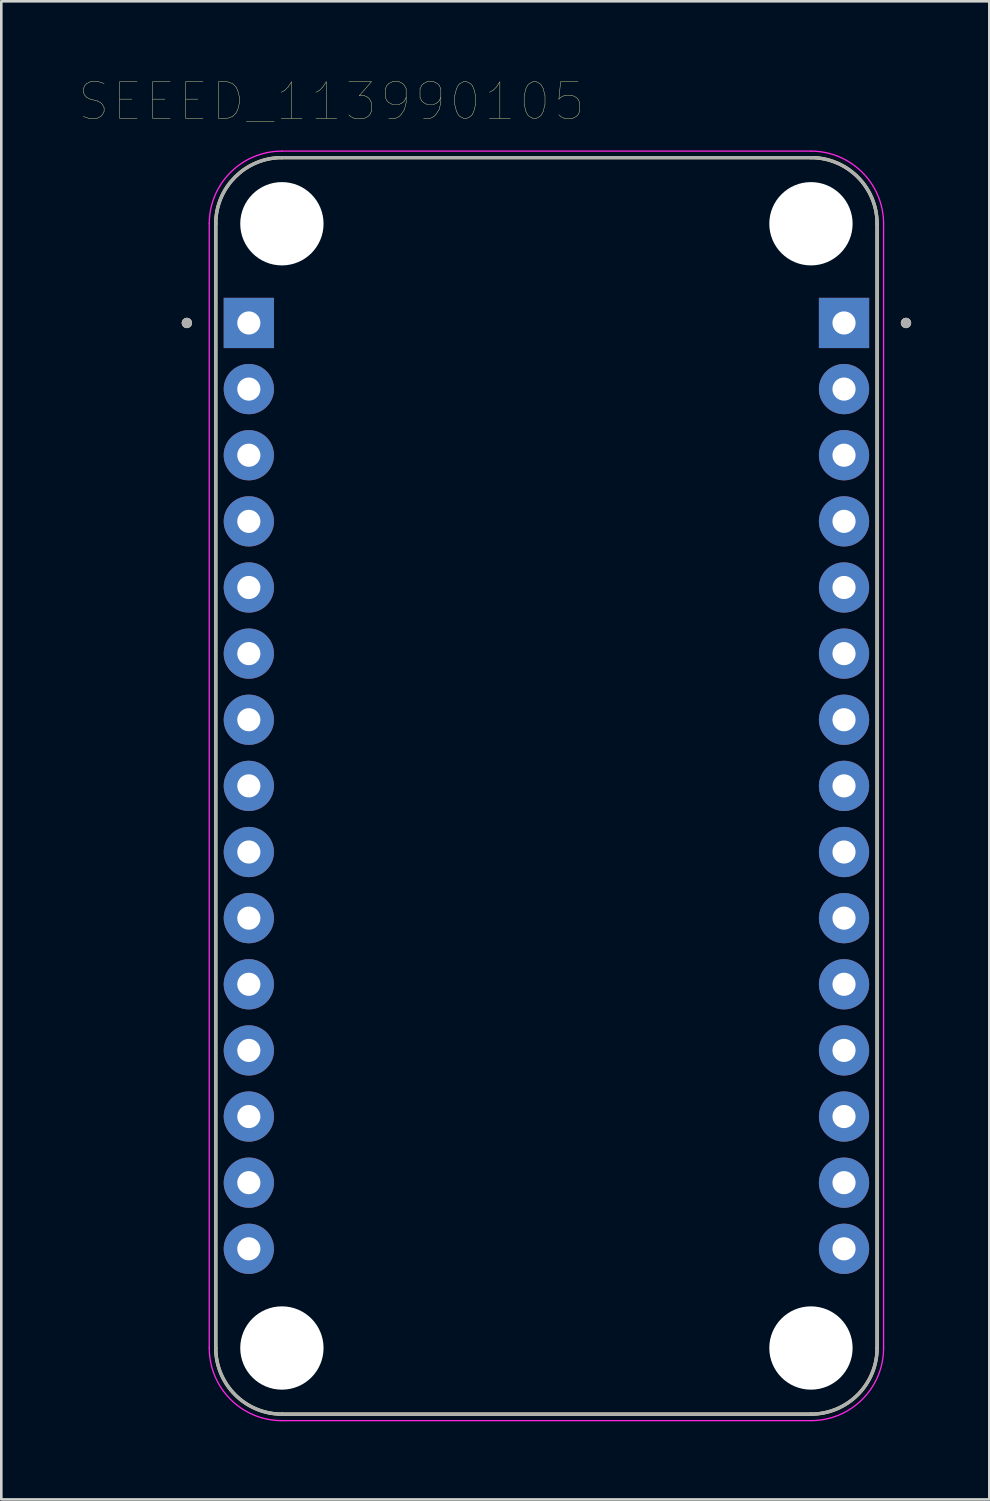
<source format=kicad_pcb>
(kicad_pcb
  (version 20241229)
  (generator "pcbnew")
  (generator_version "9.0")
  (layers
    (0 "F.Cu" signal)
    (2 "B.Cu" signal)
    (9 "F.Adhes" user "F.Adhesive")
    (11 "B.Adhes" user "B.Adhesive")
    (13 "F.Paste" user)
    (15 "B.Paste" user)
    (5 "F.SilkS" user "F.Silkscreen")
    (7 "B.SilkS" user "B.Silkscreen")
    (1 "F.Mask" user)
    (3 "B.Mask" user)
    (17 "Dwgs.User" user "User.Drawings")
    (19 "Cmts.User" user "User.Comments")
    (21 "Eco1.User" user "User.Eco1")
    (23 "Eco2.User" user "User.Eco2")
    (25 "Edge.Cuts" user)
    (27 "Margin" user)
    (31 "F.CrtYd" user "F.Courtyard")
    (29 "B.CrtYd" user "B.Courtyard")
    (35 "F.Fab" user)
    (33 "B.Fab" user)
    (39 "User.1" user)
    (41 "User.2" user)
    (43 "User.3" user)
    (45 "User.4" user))
  (footprint "SEEED_113990105"
    (layer "F.Cu")
    (at 17.937 27.134)
    (property "Reference" "SEEED_113990105" (at -8.255 -26.289 0) (layer "F.SilkS") (effects (font (size 1.4 1.4) (thickness 0.015))))
    (attr through_hole)
    (fp_line (start -12.7 21.59) (end -12.7 -21.59) (stroke (width 0.127) (type solid)) (layer "F.SilkS"))
    (fp_line (start -10.16 -24.13) (end 10.16 -24.13) (stroke (width 0.127) (type solid)) (layer "F.SilkS"))
    (fp_line (start 10.16 24.13) (end -10.16 24.13) (stroke (width 0.127) (type solid)) (layer "F.SilkS"))
    (fp_line (start 12.7 -21.59) (end 12.7 21.59) (stroke (width 0.127) (type solid)) (layer "F.SilkS"))
    (fp_arc (start -12.7 -21.59) (mid -11.956051 -23.386051) (end -10.16 -24.13) (stroke (width 0.127) (type solid)) (layer "F.SilkS"))
    (fp_arc (start -10.16 24.13) (mid -11.956051 23.386051) (end -12.7 21.59) (stroke (width 0.127) (type solid)) (layer "F.SilkS"))
    (fp_arc (start 10.16 -24.13) (mid 11.956051 -23.386051) (end 12.7 -21.59) (stroke (width 0.127) (type solid)) (layer "F.SilkS"))
    (fp_arc (start 12.7 21.59) (mid 11.956051 23.386051) (end 10.16 24.13) (stroke (width 0.127) (type solid)) (layer "F.SilkS"))
    (fp_circle (center -13.81 -17.78) (end -13.71 -17.78) (stroke (width 0.2) (type solid)) (fill no) (layer "F.SilkS"))
    (fp_circle (center 13.81 -17.78) (end 13.91 -17.78) (stroke (width 0.2) (type solid)) (fill no) (layer "F.SilkS"))
    (fp_line (start -12.95 21.59) (end -12.95 -21.59) (stroke (width 0.05) (type solid)) (layer "F.CrtYd"))
    (fp_line (start -10.16 -24.38) (end 10.16 -24.38) (stroke (width 0.05) (type solid)) (layer "F.CrtYd"))
    (fp_line (start 10.16 24.38) (end -10.16 24.38) (stroke (width 0.05) (type solid)) (layer "F.CrtYd"))
    (fp_line (start 12.95 -21.59) (end 12.95 21.59) (stroke (width 0.05) (type solid)) (layer "F.CrtYd"))
    (fp_arc (start -12.95 -21.59) (mid -12.132828 -23.562828) (end -10.16 -24.38) (stroke (width 0.05) (type solid)) (layer "F.CrtYd"))
    (fp_arc (start -10.16 24.38) (mid -12.132828 23.562828) (end -12.95 21.59) (stroke (width 0.05) (type solid)) (layer "F.CrtYd"))
    (fp_arc (start 10.16 -24.38) (mid 12.132828 -23.562828) (end 12.95 -21.59) (stroke (width 0.05) (type solid)) (layer "F.CrtYd"))
    (fp_arc (start 12.95 21.59) (mid 12.132828 23.562828) (end 10.16 24.38) (stroke (width 0.05) (type solid)) (layer "F.CrtYd"))
    (fp_line (start -12.7 21.59) (end -12.7 -21.59) (stroke (width 0.127) (type solid)) (layer "F.Fab"))
    (fp_line (start -10.16 -24.13) (end 10.16 -24.13) (stroke (width 0.127) (type solid)) (layer "F.Fab"))
    (fp_line (start 10.16 24.13) (end -10.16 24.13) (stroke (width 0.127) (type solid)) (layer "F.Fab"))
    (fp_line (start 12.7 -21.59) (end 12.7 21.59) (stroke (width 0.127) (type solid)) (layer "F.Fab"))
    (fp_arc (start -12.7 -21.59) (mid -11.956051 -23.386051) (end -10.16 -24.13) (stroke (width 0.127) (type solid)) (layer "F.Fab"))
    (fp_arc (start -10.16 24.13) (mid -11.956051 23.386051) (end -12.7 21.59) (stroke (width 0.127) (type solid)) (layer "F.Fab"))
    (fp_arc (start 10.16 -24.13) (mid 11.956051 -23.386051) (end 12.7 -21.59) (stroke (width 0.127) (type solid)) (layer "F.Fab"))
    (fp_arc (start 12.7 21.59) (mid 11.956051 23.386051) (end 10.16 24.13) (stroke (width 0.127) (type solid)) (layer "F.Fab"))
    (fp_circle (center -13.81 -17.78) (end -13.71 -17.78) (stroke (width 0.2) (type solid)) (fill no) (layer "F.Fab"))
    (fp_circle (center 13.81 -17.78) (end 13.91 -17.78) (stroke (width 0.2) (type solid)) (fill no) (layer "F.Fab"))
    (pad "" np_thru_hole circle (at -10.16 -21.59) (size 3.2 3.2) (drill 3.2) (layers "*.Cu" "*.Mask"))
    (pad "" np_thru_hole circle (at -10.16 21.59) (size 3.2 3.2) (drill 3.2) (layers "*.Cu" "*.Mask"))
    (pad "" np_thru_hole circle (at 10.16 -21.59) (size 3.2 3.2) (drill 3.2) (layers "*.Cu" "*.Mask"))
    (pad "" np_thru_hole circle (at 10.16 21.59) (size 3.2 3.2) (drill 3.2) (layers "*.Cu" "*.Mask"))
    (pad "1" thru_hole rect (at -11.43 -17.78) (size 1.93 1.93) (drill 0.889) (layers "*.Cu" "*.Mask"))
    (pad "2" thru_hole circle (at -11.43 -15.24) (size 1.93 1.93) (drill 0.889) (layers "*.Cu" "*.Mask"))
    (pad "3" thru_hole circle (at -11.43 -12.7) (size 1.93 1.93) (drill 0.889) (layers "*.Cu" "*.Mask"))
    (pad "4" thru_hole circle (at -11.43 -10.16) (size 1.93 1.93) (drill 0.889) (layers "*.Cu" "*.Mask"))
    (pad "5" thru_hole circle (at -11.43 -7.62) (size 1.93 1.93) (drill 0.889) (layers "*.Cu" "*.Mask"))
    (pad "6" thru_hole circle (at -11.43 -5.08) (size 1.93 1.93) (drill 0.889) (layers "*.Cu" "*.Mask"))
    (pad "7" thru_hole circle (at -11.43 -2.54) (size 1.93 1.93) (drill 0.889) (layers "*.Cu" "*.Mask"))
    (pad "8" thru_hole circle (at -11.43 0) (size 1.93 1.93) (drill 0.889) (layers "*.Cu" "*.Mask"))
    (pad "9" thru_hole circle (at -11.43 2.54) (size 1.93 1.93) (drill 0.889) (layers "*.Cu" "*.Mask"))
    (pad "10" thru_hole circle (at -11.43 5.08) (size 1.93 1.93) (drill 0.889) (layers "*.Cu" "*.Mask"))
    (pad "11" thru_hole circle (at -11.43 7.62) (size 1.93 1.93) (drill 0.889) (layers "*.Cu" "*.Mask"))
    (pad "12" thru_hole circle (at -11.43 10.16) (size 1.93 1.93) (drill 0.889) (layers "*.Cu" "*.Mask"))
    (pad "13" thru_hole circle (at -11.43 12.7) (size 1.93 1.93) (drill 0.889) (layers "*.Cu" "*.Mask"))
    (pad "14" thru_hole circle (at -11.43 15.24) (size 1.93 1.93) (drill 0.889) (layers "*.Cu" "*.Mask"))
    (pad "15" thru_hole circle (at -11.43 17.78) (size 1.93 1.93) (drill 0.889) (layers "*.Cu" "*.Mask"))
    (pad "16" thru_hole circle (at 11.43 17.78) (size 1.93 1.93) (drill 0.889) (layers "*.Cu" "*.Mask"))
    (pad "17" thru_hole circle (at 11.43 15.24) (size 1.93 1.93) (drill 0.889) (layers "*.Cu" "*.Mask"))
    (pad "18" thru_hole circle (at 11.43 12.7) (size 1.93 1.93) (drill 0.889) (layers "*.Cu" "*.Mask"))
    (pad "19" thru_hole circle (at 11.43 10.16) (size 1.93 1.93) (drill 0.889) (layers "*.Cu" "*.Mask"))
    (pad "20" thru_hole circle (at 11.43 7.62) (size 1.93 1.93) (drill 0.889) (layers "*.Cu" "*.Mask"))
    (pad "21" thru_hole circle (at 11.43 5.08) (size 1.93 1.93) (drill 0.889) (layers "*.Cu" "*.Mask"))
    (pad "22" thru_hole circle (at 11.43 2.54) (size 1.93 1.93) (drill 0.889) (layers "*.Cu" "*.Mask"))
    (pad "23" thru_hole circle (at 11.43 0) (size 1.93 1.93) (drill 0.889) (layers "*.Cu" "*.Mask"))
    (pad "24" thru_hole circle (at 11.43 -2.54) (size 1.93 1.93) (drill 0.889) (layers "*.Cu" "*.Mask"))
    (pad "25" thru_hole circle (at 11.43 -5.08) (size 1.93 1.93) (drill 0.889) (layers "*.Cu" "*.Mask"))
    (pad "26" thru_hole circle (at 11.43 -7.62) (size 1.93 1.93) (drill 0.889) (layers "*.Cu" "*.Mask"))
    (pad "27" thru_hole circle (at 11.43 -10.16) (size 1.93 1.93) (drill 0.889) (layers "*.Cu" "*.Mask"))
    (pad "28" thru_hole circle (at 11.43 -12.7) (size 1.93 1.93) (drill 0.889) (layers "*.Cu" "*.Mask"))
    (pad "29" thru_hole circle (at 11.43 -15.24) (size 1.93 1.93) (drill 0.889) (layers "*.Cu" "*.Mask"))
    (pad "30" thru_hole rect (at 11.43 -17.78) (size 1.93 1.93) (drill 0.889) (layers "*.Cu" "*.Mask")))
  (gr_rect
    (start -3 -3)
    (end 34.947 54.539)
    (stroke (width 0.1) (type default))
    (fill no)
    (layer "Edge.Cuts")))
</source>
